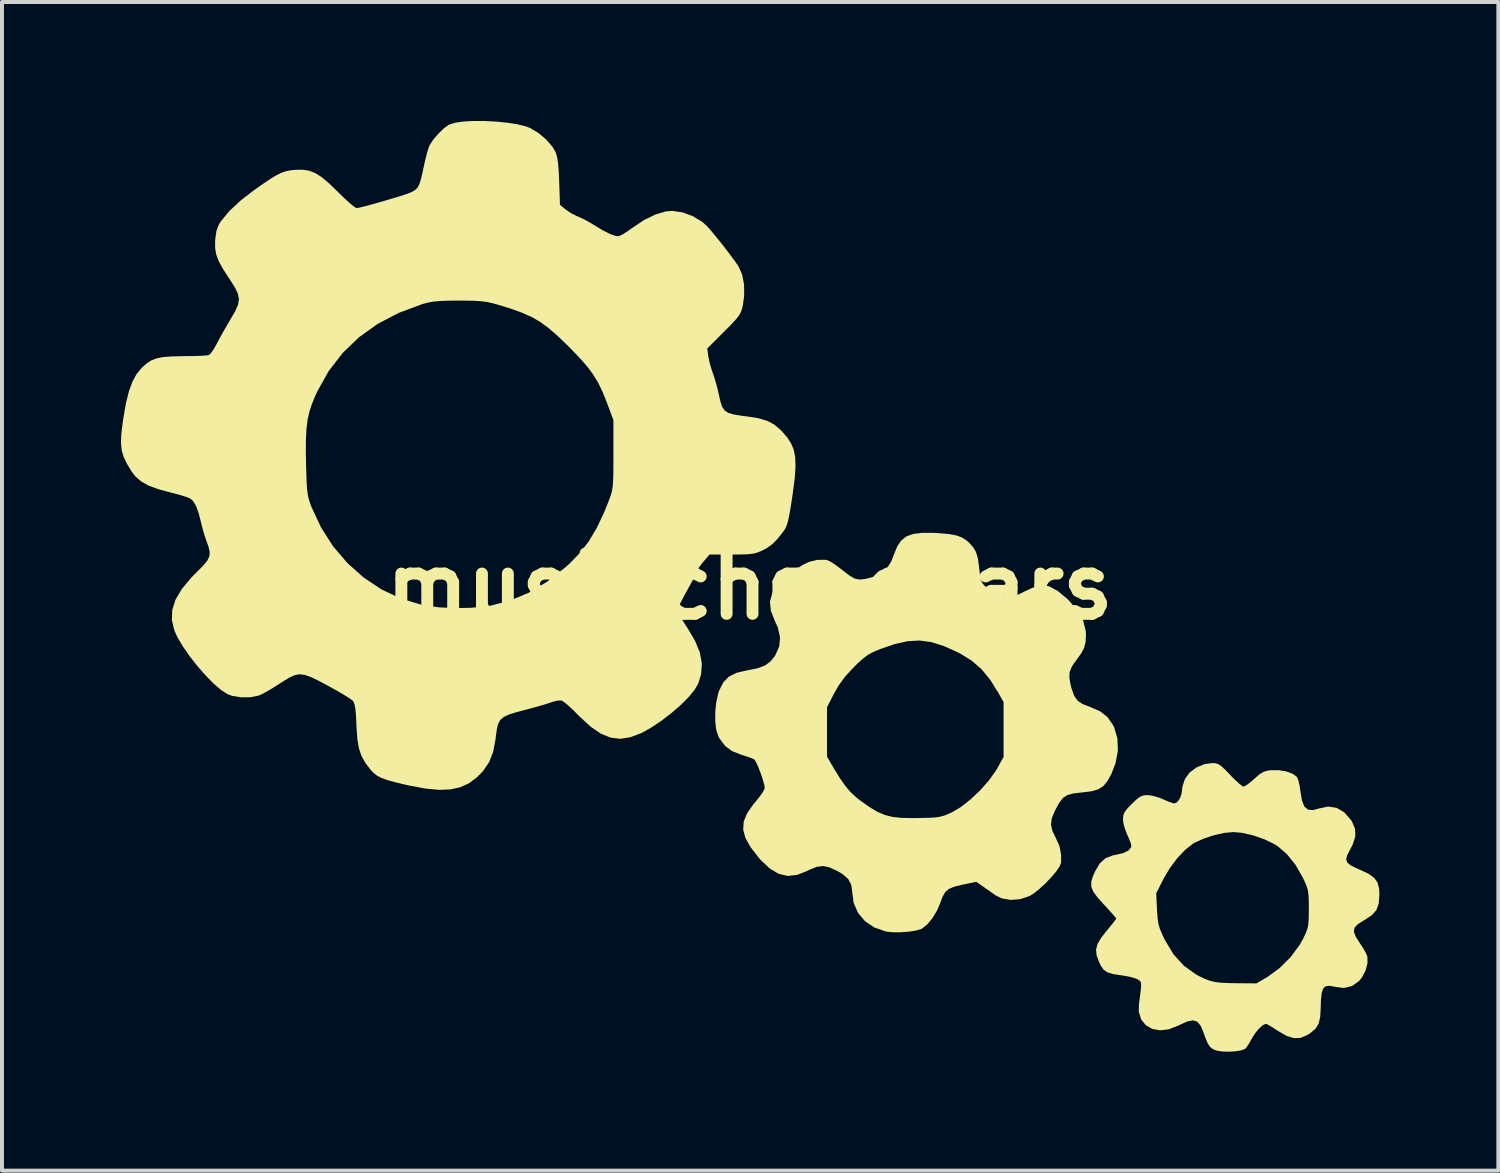
<source format=kicad_pcb>
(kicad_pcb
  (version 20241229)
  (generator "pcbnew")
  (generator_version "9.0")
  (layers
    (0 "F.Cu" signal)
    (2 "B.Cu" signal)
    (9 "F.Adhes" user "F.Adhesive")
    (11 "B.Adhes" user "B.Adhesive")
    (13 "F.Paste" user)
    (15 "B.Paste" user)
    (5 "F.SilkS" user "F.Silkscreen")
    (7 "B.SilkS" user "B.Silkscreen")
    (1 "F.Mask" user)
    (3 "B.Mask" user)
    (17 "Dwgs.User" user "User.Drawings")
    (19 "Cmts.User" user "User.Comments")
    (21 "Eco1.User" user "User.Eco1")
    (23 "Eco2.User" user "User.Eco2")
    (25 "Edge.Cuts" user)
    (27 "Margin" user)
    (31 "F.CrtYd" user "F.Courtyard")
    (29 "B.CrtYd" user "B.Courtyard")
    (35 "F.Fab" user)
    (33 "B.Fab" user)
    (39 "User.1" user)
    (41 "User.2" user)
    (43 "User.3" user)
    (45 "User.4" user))
  (footprint "mustache_gears"
    (layer "F.Cu")
    (at 15.851 11.738)
    (property "Reference" "mustache_gears" (at 0 0 0) (layer "F.SilkS") (effects (font (size 1.524 1.524) (thickness 0.3))))
    (attr board_only exclude_from_pos_files exclude_from_bom)
    (fp_poly (pts (xy 11.749 4.457) (xy 11.821 4.48) (xy 11.898 4.532) (xy 11.996 4.625) (xy 12.115 4.749) (xy 12.241 4.877) (xy 12.351 4.978) (xy 12.429 5.037) (xy 12.453 5.046) (xy 12.513 5.019) (xy 12.611 4.947) (xy 12.724 4.849) (xy 12.853 4.737) (xy 12.958 4.673) (xy 13.07 4.641) (xy 13.146 4.632) (xy 13.343 4.631) (xy 13.533 4.663) (xy 13.691 4.721) (xy 13.794 4.797) (xy 13.803 4.809) (xy 13.838 4.897) (xy 13.87 5.037) (xy 13.889 5.173) (xy 13.927 5.4) (xy 13.988 5.549) (xy 14.078 5.626) (xy 14.205 5.638) (xy 14.355 5.597) (xy 14.586 5.548) (xy 14.801 5.581) (xy 14.994 5.695) (xy 15.163 5.888) (xy 15.186 5.924) (xy 15.264 6.106) (xy 15.272 6.293) (xy 15.208 6.502) (xy 15.141 6.631) (xy 15.066 6.775) (xy 15.04 6.881) (xy 15.07 6.963) (xy 15.164 7.036) (xy 15.328 7.115) (xy 15.395 7.144) (xy 15.608 7.245) (xy 15.75 7.348) (xy 15.834 7.47) (xy 15.872 7.626) (xy 15.879 7.774) (xy 15.862 7.992) (xy 15.805 8.154) (xy 15.694 8.283) (xy 15.515 8.402) (xy 15.496 8.413) (xy 15.337 8.513) (xy 15.251 8.604) (xy 15.235 8.706) (xy 15.285 8.835) (xy 15.382 8.986) (xy 15.472 9.123) (xy 15.542 9.248) (xy 15.575 9.327) (xy 15.58 9.491) (xy 15.532 9.677) (xy 15.441 9.854) (xy 15.366 9.947) (xy 15.187 10.075) (xy 14.984 10.123) (xy 14.768 10.095) (xy 14.628 10.067) (xy 14.528 10.078) (xy 14.462 10.136) (xy 14.423 10.252) (xy 14.404 10.435) (xy 14.399 10.63) (xy 14.386 10.858) (xy 14.345 11.026) (xy 14.265 11.153) (xy 14.134 11.262) (xy 14.053 11.313) (xy 13.889 11.381) (xy 13.724 11.388) (xy 13.54 11.331) (xy 13.324 11.207) (xy 13.311 11.199) (xy 13.181 11.114) (xy 13.077 11.053) (xy 13.022 11.025) (xy 13.019 11.025) (xy 12.941 11.059) (xy 12.842 11.147) (xy 12.741 11.27) (xy 12.659 11.403) (xy 12.589 11.528) (xy 12.522 11.626) (xy 12.493 11.657) (xy 12.406 11.693) (xy 12.263 11.718) (xy 12.093 11.729) (xy 11.924 11.725) (xy 11.79 11.705) (xy 11.687 11.669) (xy 11.61 11.609) (xy 11.545 11.509) (xy 11.481 11.352) (xy 11.448 11.256) (xy 11.375 11.079) (xy 11.291 10.975) (xy 11.182 10.938) (xy 11.037 10.966) (xy 10.842 11.054) (xy 10.813 11.069) (xy 10.573 11.164) (xy 10.349 11.191) (xy 10.149 11.154) (xy 9.987 11.06) (xy 9.871 10.915) (xy 9.813 10.724) (xy 9.815 10.541) (xy 9.845 10.313) (xy 9.864 10.155) (xy 9.872 10.052) (xy 9.866 9.989) (xy 9.848 9.952) (xy 9.816 9.925) (xy 9.789 9.907) (xy 9.699 9.871) (xy 9.554 9.834) (xy 9.383 9.805) (xy 9.359 9.802) (xy 9.159 9.771) (xy 9.023 9.73) (xy 8.93 9.667) (xy 8.86 9.569) (xy 8.814 9.477) (xy 8.75 9.306) (xy 8.734 9.158) (xy 8.77 9.016) (xy 8.864 8.857) (xy 8.99 8.696) (xy 9.1 8.562) (xy 9.187 8.454) (xy 9.236 8.386) (xy 9.244 8.372) (xy 9.217 8.335) (xy 9.143 8.249) (xy 9.035 8.129) (xy 8.926 8.012) (xy 8.766 7.833) (xy 8.696 7.736) (xy 10.251 7.736) (xy 10.271 8.141) (xy 10.284 8.343) (xy 10.305 8.495) (xy 10.344 8.631) (xy 10.409 8.785) (xy 10.47 8.912) (xy 10.686 9.272) (xy 10.949 9.562) (xy 11.261 9.785) (xy 11.325 9.819) (xy 11.474 9.891) (xy 11.605 9.941) (xy 11.739 9.973) (xy 11.899 9.991) (xy 12.107 10) (xy 12.295 10.003) (xy 12.78 10.007) (xy 13.062 9.84) (xy 13.362 9.622) (xy 13.637 9.348) (xy 13.864 9.043) (xy 13.958 8.875) (xy 14.021 8.743) (xy 14.062 8.635) (xy 14.085 8.526) (xy 14.096 8.391) (xy 14.099 8.205) (xy 14.099 8.121) (xy 14.098 7.912) (xy 14.09 7.762) (xy 14.072 7.645) (xy 14.036 7.535) (xy 13.98 7.407) (xy 13.946 7.336) (xy 13.762 7.016) (xy 13.547 6.748) (xy 13.313 6.546) (xy 13.246 6.504) (xy 12.985 6.376) (xy 12.695 6.274) (xy 12.409 6.21) (xy 12.195 6.191) (xy 11.965 6.213) (xy 11.701 6.273) (xy 11.439 6.36) (xy 11.215 6.463) (xy 11.177 6.486) (xy 10.984 6.636) (xy 10.785 6.847) (xy 10.598 7.096) (xy 10.439 7.363) (xy 10.43 7.381) (xy 10.251 7.736) (xy 8.696 7.736) (xy 8.664 7.692) (xy 8.615 7.57) (xy 8.613 7.448) (xy 8.655 7.307) (xy 8.709 7.184) (xy 8.828 6.982) (xy 8.972 6.852) (xy 9.157 6.779) (xy 9.233 6.765) (xy 9.423 6.72) (xy 9.557 6.653) (xy 9.62 6.57) (xy 9.624 6.54) (xy 9.606 6.462) (xy 9.559 6.342) (xy 9.519 6.255) (xy 9.457 6.095) (xy 9.419 5.935) (xy 9.414 5.872) (xy 9.421 5.774) (xy 9.452 5.692) (xy 9.52 5.601) (xy 9.638 5.479) (xy 9.763 5.362) (xy 9.855 5.295) (xy 9.94 5.265) (xy 10.03 5.259) (xy 10.165 5.277) (xy 10.328 5.325) (xy 10.425 5.365) (xy 10.557 5.422) (xy 10.663 5.46) (xy 10.709 5.47) (xy 10.784 5.433) (xy 10.851 5.339) (xy 10.892 5.216) (xy 10.899 5.153) (xy 10.917 5.033) (xy 10.962 4.89) (xy 10.98 4.847) (xy 11.093 4.691) (xy 11.265 4.563) (xy 11.47 4.479) (xy 11.663 4.452)) (stroke (width 0) (type solid)) (fill yes) (layer "F.SilkS"))
    (fp_poly (pts (xy 4.641 -1.352) (xy 4.767 -1.345) (xy 5.019 -1.323) (xy 5.206 -1.29) (xy 5.349 -1.238) (xy 5.468 -1.162) (xy 5.527 -1.11) (xy 5.634 -0.993) (xy 5.707 -0.869) (xy 5.754 -0.712) (xy 5.784 -0.5) (xy 5.789 -0.448) (xy 5.809 -0.274) (xy 5.833 -0.159) (xy 5.871 -0.08) (xy 5.931 -0.012) (xy 5.953 0.008) (xy 6.049 0.078) (xy 6.187 0.154) (xy 6.338 0.225) (xy 6.474 0.277) (xy 6.564 0.297) (xy 6.613 0.279) (xy 6.718 0.23) (xy 6.861 0.161) (xy 6.929 0.127) (xy 7.092 0.05) (xy 7.238 -0.009) (xy 7.342 -0.04) (xy 7.365 -0.042) (xy 7.557 -0.003) (xy 7.772 0.115) (xy 8.006 0.308) (xy 8.03 0.331) (xy 8.261 0.595) (xy 8.409 0.858) (xy 8.476 1.125) (xy 8.48 1.216) (xy 8.471 1.395) (xy 8.436 1.541) (xy 8.362 1.684) (xy 8.239 1.854) (xy 8.227 1.869) (xy 8.124 2.018) (xy 8.069 2.153) (xy 8.061 2.301) (xy 8.095 2.486) (xy 8.123 2.59) (xy 8.186 2.761) (xy 8.27 2.879) (xy 8.396 2.964) (xy 8.577 3.034) (xy 8.832 3.144) (xy 9.021 3.291) (xy 9.161 3.491) (xy 9.191 3.551) (xy 9.273 3.829) (xy 9.285 4.136) (xy 9.226 4.454) (xy 9.12 4.729) (xy 9.02 4.909) (xy 8.916 5.034) (xy 8.788 5.115) (xy 8.618 5.163) (xy 8.383 5.193) (xy 8.365 5.194) (xy 8.156 5.218) (xy 8.008 5.26) (xy 7.897 5.335) (xy 7.803 5.458) (xy 7.702 5.645) (xy 7.698 5.653) (xy 7.618 5.845) (xy 7.598 6.006) (xy 7.636 6.169) (xy 7.715 6.329) (xy 7.813 6.548) (xy 7.854 6.77) (xy 7.852 6.965) (xy 7.817 7.056) (xy 7.73 7.184) (xy 7.605 7.332) (xy 7.459 7.485) (xy 7.306 7.626) (xy 7.161 7.741) (xy 7.056 7.805) (xy 6.821 7.883) (xy 6.58 7.902) (xy 6.356 7.863) (xy 6.203 7.788) (xy 6.06 7.687) (xy 5.908 7.581) (xy 5.879 7.56) (xy 5.715 7.446) (xy 5.373 7.517) (xy 5.168 7.566) (xy 5.028 7.623) (xy 4.933 7.703) (xy 4.865 7.822) (xy 4.817 7.951) (xy 4.727 8.166) (xy 4.607 8.365) (xy 4.473 8.526) (xy 4.342 8.628) (xy 4.333 8.633) (xy 4.2 8.673) (xy 4.013 8.703) (xy 3.804 8.718) (xy 3.602 8.718) (xy 3.438 8.699) (xy 3.435 8.698) (xy 3.145 8.598) (xy 2.908 8.438) (xy 2.732 8.228) (xy 2.622 7.976) (xy 2.587 7.705) (xy 2.563 7.523) (xy 2.486 7.377) (xy 2.342 7.251) (xy 2.212 7.174) (xy 2.018 7.083) (xy 1.857 7.048) (xy 1.698 7.067) (xy 1.513 7.14) (xy 1.452 7.171) (xy 1.196 7.272) (xy 0.958 7.297) (xy 0.731 7.244) (xy 0.508 7.111) (xy 0.281 6.897) (xy 0.226 6.834) (xy 0.024 6.572) (xy -0.106 6.341) (xy -0.163 6.129) (xy -0.149 5.926) (xy -0.064 5.718) (xy 0.091 5.496) (xy 0.148 5.428) (xy 0.256 5.294) (xy 0.337 5.177) (xy 0.379 5.095) (xy 0.382 5.08) (xy 0.367 4.991) (xy 0.329 4.858) (xy 0.277 4.704) (xy 0.219 4.554) (xy 0.164 4.433) (xy 0.122 4.365) (xy 0.116 4.359) (xy 0.051 4.33) (xy -0.064 4.289) (xy 1.951 4.289) (xy 2.116 4.572) (xy 2.275 4.831) (xy 2.414 5.03) (xy 2.55 5.189) (xy 2.698 5.325) (xy 2.81 5.412) (xy 3.032 5.568) (xy 3.226 5.683) (xy 3.41 5.761) (xy 3.606 5.81) (xy 3.835 5.834) (xy 4.118 5.839) (xy 4.283 5.837) (xy 4.509 5.832) (xy 4.674 5.823) (xy 4.798 5.805) (xy 4.906 5.776) (xy 5.019 5.73) (xy 5.105 5.691) (xy 5.329 5.558) (xy 5.571 5.368) (xy 5.81 5.141) (xy 6.028 4.895) (xy 6.204 4.65) (xy 6.248 4.576) (xy 6.403 4.296) (xy 6.403 2.915) (xy 6.269 2.677) (xy 6.062 2.346) (xy 5.844 2.082) (xy 5.598 1.869) (xy 5.308 1.69) (xy 5.237 1.654) (xy 4.89 1.498) (xy 4.578 1.401) (xy 4.282 1.362) (xy 3.981 1.379) (xy 3.655 1.453) (xy 3.296 1.576) (xy 3.125 1.647) (xy 2.99 1.72) (xy 2.863 1.812) (xy 2.72 1.942) (xy 2.63 2.031) (xy 2.413 2.265) (xy 2.246 2.493) (xy 2.128 2.699) (xy 1.951 3.045) (xy 1.951 4.289) (xy -0.064 4.289) (xy -0.07 4.287) (xy -0.214 4.241) (xy -0.445 4.149) (xy -0.617 4.021) (xy -0.755 3.837) (xy -0.79 3.774) (xy -0.842 3.616) (xy -0.867 3.403) (xy -0.867 3.161) (xy -0.841 2.915) (xy -0.791 2.69) (xy -0.766 2.617) (xy -0.663 2.417) (xy -0.525 2.274) (xy -0.335 2.178) (xy -0.08 2.117) (xy -0.057 2.114) (xy 0.197 2.063) (xy 0.386 1.992) (xy 0.527 1.889) (xy 0.641 1.745) (xy 0.646 1.737) (xy 0.746 1.512) (xy 0.767 1.281) (xy 0.71 1.034) (xy 0.638 0.874) (xy 0.536 0.613) (xy 0.512 0.381) (xy 0.569 0.177) (xy 0.571 0.172) (xy 0.639 0.079) (xy 0.756 -0.049) (xy 0.907 -0.194) (xy 1.073 -0.342) (xy 1.237 -0.474) (xy 1.317 -0.532) (xy 1.5 -0.622) (xy 1.713 -0.672) (xy 1.914 -0.673) (xy 1.963 -0.663) (xy 2.042 -0.625) (xy 2.163 -0.546) (xy 2.304 -0.441) (xy 2.351 -0.404) (xy 2.516 -0.276) (xy 2.647 -0.201) (xy 2.77 -0.175) (xy 2.913 -0.189) (xy 3.095 -0.237) (xy 3.298 -0.321) (xy 3.45 -0.443) (xy 3.566 -0.621) (xy 3.643 -0.816) (xy 3.723 -1.014) (xy 3.823 -1.161) (xy 3.952 -1.263) (xy 4.124 -1.325) (xy 4.349 -1.353)) (stroke (width 0) (type solid)) (fill yes) (layer "F.SilkS"))
    (fp_poly (pts (xy -6.681 -11.737) (xy -6.388 -11.722) (xy -6.103 -11.693) (xy -5.845 -11.652) (xy -5.633 -11.598) (xy -5.538 -11.562) (xy -5.327 -11.437) (xy -5.13 -11.271) (xy -4.971 -11.087) (xy -4.892 -10.952) (xy -4.857 -10.841) (xy -4.831 -10.68) (xy -4.813 -10.457) (xy -4.802 -10.208) (xy -4.782 -9.624) (xy -4.64 -9.507) (xy -4.506 -9.415) (xy -4.36 -9.341) (xy -4.337 -9.332) (xy -4.21 -9.276) (xy -4.055 -9.193) (xy -3.957 -9.134) (xy -3.703 -8.981) (xy -3.508 -8.882) (xy -3.367 -8.836) (xy -3.291 -8.836) (xy -3.212 -8.873) (xy -3.093 -8.947) (xy -2.968 -9.035) (xy -2.665 -9.238) (xy -2.375 -9.38) (xy -2.108 -9.458) (xy -1.951 -9.471) (xy -1.692 -9.433) (xy -1.43 -9.336) (xy -1.196 -9.195) (xy -1.073 -9.085) (xy -0.955 -8.95) (xy -0.806 -8.769) (xy -0.644 -8.565) (xy -0.488 -8.361) (xy -0.355 -8.181) (xy -0.282 -8.074) (xy -0.189 -7.869) (xy -0.14 -7.611) (xy -0.138 -7.325) (xy -0.169 -7.102) (xy -0.193 -6.998) (xy -0.224 -6.912) (xy -0.271 -6.829) (xy -0.346 -6.734) (xy -0.459 -6.612) (xy -0.621 -6.448) (xy -0.645 -6.425) (xy -1.068 -6.001) (xy -1.043 -5.81) (xy -1.012 -5.655) (xy -0.961 -5.477) (xy -0.931 -5.391) (xy -0.876 -5.225) (xy -0.819 -5.024) (xy -0.783 -4.869) (xy -0.739 -4.674) (xy -0.694 -4.534) (xy -0.632 -4.44) (xy -0.539 -4.378) (xy -0.401 -4.337) (xy -0.201 -4.305) (xy -0.046 -4.286) (xy 0.229 -4.241) (xy 0.441 -4.178) (xy 0.614 -4.087) (xy 0.77 -3.958) (xy 0.812 -3.915) (xy 0.947 -3.759) (xy 1.047 -3.606) (xy 1.114 -3.442) (xy 1.15 -3.254) (xy 1.157 -3.027) (xy 1.139 -2.749) (xy 1.096 -2.407) (xy 1.081 -2.303) (xy 1.038 -2.023) (xy 1.002 -1.812) (xy 0.97 -1.659) (xy 0.937 -1.548) (xy 0.902 -1.467) (xy 0.86 -1.401) (xy 0.859 -1.399) (xy 0.705 -1.203) (xy 0.567 -1.064) (xy 0.424 -0.962) (xy 0.318 -0.907) (xy 0.221 -0.865) (xy 0.126 -0.836) (xy 0.014 -0.819) (xy -0.136 -0.81) (xy -0.343 -0.806) (xy -0.453 -0.806) (xy -1.011 -0.806) (xy -1.163 -0.628) (xy -1.247 -0.523) (xy -1.302 -0.441) (xy -1.315 -0.41) (xy -1.334 -0.358) (xy -1.388 -0.249) (xy -1.468 -0.099) (xy -1.565 0.078) (xy -1.569 0.085) (xy -1.667 0.265) (xy -1.748 0.422) (xy -1.803 0.539) (xy -1.823 0.601) (xy -1.823 0.601) (xy -1.801 0.661) (xy -1.74 0.773) (xy -1.65 0.919) (xy -1.57 1.043) (xy -1.376 1.369) (xy -1.255 1.666) (xy -1.205 1.943) (xy -1.223 2.211) (xy -1.297 2.451) (xy -1.389 2.608) (xy -1.542 2.792) (xy -1.741 2.991) (xy -1.973 3.192) (xy -2.222 3.384) (xy -2.474 3.553) (xy -2.715 3.688) (xy -2.739 3.699) (xy -3.012 3.802) (xy -3.265 3.84) (xy -3.509 3.81) (xy -3.754 3.709) (xy -4.008 3.535) (xy -4.281 3.284) (xy -4.314 3.251) (xy -4.457 3.108) (xy -4.587 2.988) (xy -4.687 2.906) (xy -4.74 2.874) (xy -4.831 2.875) (xy -4.954 2.904) (xy -4.987 2.916) (xy -5.097 2.952) (xy -5.263 3.002) (xy -5.462 3.058) (xy -5.619 3.1) (xy -5.878 3.168) (xy -6.068 3.227) (xy -6.2 3.288) (xy -6.287 3.363) (xy -6.341 3.462) (xy -6.374 3.599) (xy -6.399 3.784) (xy -6.406 3.846) (xy -6.465 4.165) (xy -6.567 4.428) (xy -6.724 4.656) (xy -6.879 4.813) (xy -7.076 4.961) (xy -7.295 5.061) (xy -7.544 5.116) (xy -7.836 5.127) (xy -8.179 5.094) (xy -8.584 5.018) (xy -8.663 5.001) (xy -8.934 4.936) (xy -9.136 4.88) (xy -9.285 4.826) (xy -9.396 4.768) (xy -9.484 4.699) (xy -9.559 4.618) (xy -9.692 4.443) (xy -9.787 4.271) (xy -9.851 4.082) (xy -9.89 3.854) (xy -9.911 3.567) (xy -9.914 3.507) (xy -9.925 3.262) (xy -9.941 3.089) (xy -9.961 2.974) (xy -9.989 2.904) (xy -10.002 2.885) (xy -10.063 2.837) (xy -10.184 2.759) (xy -10.348 2.661) (xy -10.543 2.551) (xy -10.626 2.505) (xy -10.876 2.372) (xy -11.07 2.279) (xy -11.224 2.227) (xy -11.356 2.213) (xy -11.481 2.239) (xy -11.617 2.303) (xy -11.781 2.404) (xy -11.857 2.453) (xy -12.029 2.563) (xy -12.192 2.658) (xy -12.322 2.726) (xy -12.378 2.75) (xy -12.589 2.792) (xy -12.826 2.794) (xy -13.048 2.757) (xy -13.164 2.715) (xy -13.326 2.61) (xy -13.517 2.446) (xy -13.721 2.238) (xy -13.928 2.001) (xy -14.124 1.75) (xy -14.296 1.502) (xy -14.431 1.271) (xy -14.503 1.113) (xy -14.567 0.851) (xy -14.558 0.591) (xy -14.474 0.328) (xy -14.312 0.056) (xy -14.072 -0.231) (xy -13.948 -0.355) (xy -13.784 -0.52) (xy -13.677 -0.648) (xy -13.622 -0.759) (xy -13.614 -0.872) (xy -13.644 -1.004) (xy -13.691 -1.133) (xy -13.748 -1.3) (xy -13.802 -1.49) (xy -13.821 -1.569) (xy -13.888 -1.838) (xy -13.958 -2.031) (xy -14.035 -2.158) (xy -14.115 -2.223) (xy -14.208 -2.26) (xy -14.356 -2.306) (xy -14.534 -2.354) (xy -14.6 -2.37) (xy -14.913 -2.455) (xy -15.156 -2.545) (xy -15.342 -2.649) (xy -15.485 -2.774) (xy -15.59 -2.911) (xy -15.705 -3.103) (xy -15.785 -3.271) (xy -15.822 -3.398) (xy -11.19 -3.398) (xy -11.185 -3.102) (xy -11.177 -2.818) (xy -11.169 -2.603) (xy -11.157 -2.44) (xy -11.14 -2.314) (xy -11.117 -2.207) (xy -11.084 -2.104) (xy -11.051 -2.014) (xy -10.807 -1.49) (xy -10.502 -1.013) (xy -10.141 -0.59) (xy -9.732 -0.226) (xy -9.281 0.074) (xy -8.793 0.304) (xy -8.275 0.46) (xy -8.152 0.484) (xy -7.813 0.527) (xy -7.429 0.544) (xy -7.037 0.537) (xy -6.672 0.505) (xy -6.546 0.486) (xy -6.052 0.36) (xy -5.574 0.159) (xy -5.108 -0.12) (xy -4.648 -0.481) (xy -4.533 -0.585) (xy -4.277 -0.849) (xy -4.055 -1.14) (xy -3.855 -1.476) (xy -3.668 -1.871) (xy -3.562 -2.134) (xy -3.519 -2.248) (xy -3.487 -2.345) (xy -3.465 -2.439) (xy -3.45 -2.547) (xy -3.441 -2.683) (xy -3.436 -2.862) (xy -3.435 -3.1) (xy -3.435 -3.331) (xy -3.435 -4.197) (xy -3.602 -4.643) (xy -3.71 -4.911) (xy -3.821 -5.141) (xy -3.948 -5.35) (xy -4.103 -5.556) (xy -4.298 -5.777) (xy -4.545 -6.032) (xy -4.577 -6.064) (xy -4.837 -6.315) (xy -5.064 -6.512) (xy -5.277 -6.669) (xy -5.497 -6.796) (xy -5.743 -6.905) (xy -6.036 -7.01) (xy -6.324 -7.099) (xy -6.482 -7.143) (xy -6.622 -7.174) (xy -6.768 -7.193) (xy -6.941 -7.204) (xy -7.163 -7.208) (xy -7.327 -7.209) (xy -7.599 -7.207) (xy -7.806 -7.199) (xy -7.969 -7.184) (xy -8.108 -7.159) (xy -8.243 -7.123) (xy -8.254 -7.12) (xy -8.848 -6.899) (xy -9.381 -6.62) (xy -9.853 -6.282) (xy -10.264 -5.885) (xy -10.614 -5.431) (xy -10.901 -4.919) (xy -10.954 -4.804) (xy -11.038 -4.597) (xy -11.102 -4.401) (xy -11.146 -4.2) (xy -11.174 -3.977) (xy -11.188 -3.715) (xy -11.19 -3.398) (xy -15.822 -3.398) (xy -15.833 -3.436) (xy -15.851 -3.616) (xy -15.843 -3.832) (xy -15.811 -4.104) (xy -15.793 -4.231) (xy -15.728 -4.609) (xy -15.653 -4.914) (xy -15.565 -5.158) (xy -15.46 -5.352) (xy -15.332 -5.509) (xy -15.32 -5.521) (xy -15.204 -5.624) (xy -15.087 -5.7) (xy -14.954 -5.752) (xy -14.787 -5.785) (xy -14.572 -5.802) (xy -14.291 -5.808) (xy -14.219 -5.808) (xy -14.013 -5.811) (xy -13.834 -5.817) (xy -13.701 -5.826) (xy -13.634 -5.836) (xy -13.581 -5.885) (xy -13.509 -5.99) (xy -13.435 -6.122) (xy -13.352 -6.28) (xy -13.243 -6.475) (xy -13.127 -6.674) (xy -13.089 -6.738) (xy -12.97 -6.943) (xy -12.899 -7.104) (xy -12.876 -7.244) (xy -12.903 -7.383) (xy -12.98 -7.544) (xy -13.109 -7.746) (xy -13.133 -7.781) (xy -13.284 -8.015) (xy -13.387 -8.205) (xy -13.449 -8.37) (xy -13.477 -8.531) (xy -13.477 -8.708) (xy -13.473 -8.764) (xy -13.445 -8.962) (xy -13.389 -9.115) (xy -13.332 -9.208) (xy -13.116 -9.47) (xy -12.827 -9.738) (xy -12.52 -9.975) (xy -12.272 -10.151) (xy -12.078 -10.281) (xy -11.923 -10.374) (xy -11.794 -10.436) (xy -11.675 -10.475) (xy -11.554 -10.497) (xy -11.454 -10.506) (xy -11.268 -10.509) (xy -11.105 -10.484) (xy -10.95 -10.423) (xy -10.787 -10.319) (xy -10.603 -10.164) (xy -10.382 -9.95) (xy -10.37 -9.938) (xy -10.218 -9.79) (xy -10.084 -9.667) (xy -9.979 -9.581) (xy -9.917 -9.542) (xy -9.911 -9.541) (xy -9.841 -9.553) (xy -9.708 -9.585) (xy -9.53 -9.633) (xy -9.324 -9.691) (xy -9.11 -9.753) (xy -8.904 -9.815) (xy -8.724 -9.872) (xy -8.589 -9.918) (xy -8.52 -9.946) (xy -8.437 -9.995) (xy -8.375 -10.056) (xy -8.328 -10.144) (xy -8.286 -10.275) (xy -8.241 -10.468) (xy -8.222 -10.563) (xy -8.178 -10.76) (xy -8.133 -10.937) (xy -8.092 -11.07) (xy -8.071 -11.123) (xy -7.978 -11.265) (xy -7.848 -11.418) (xy -7.708 -11.553) (xy -7.583 -11.644) (xy -7.578 -11.646) (xy -7.432 -11.693) (xy -7.222 -11.723) (xy -6.966 -11.738)) (stroke (width 0) (type solid)) (fill yes) (layer "F.SilkS")))
  (gr_rect
    (start -3 -3)
    (end 34.729 26.467)
    (stroke (width 0.1) (type default))
    (fill no)
    (layer "Edge.Cuts")))
</source>
